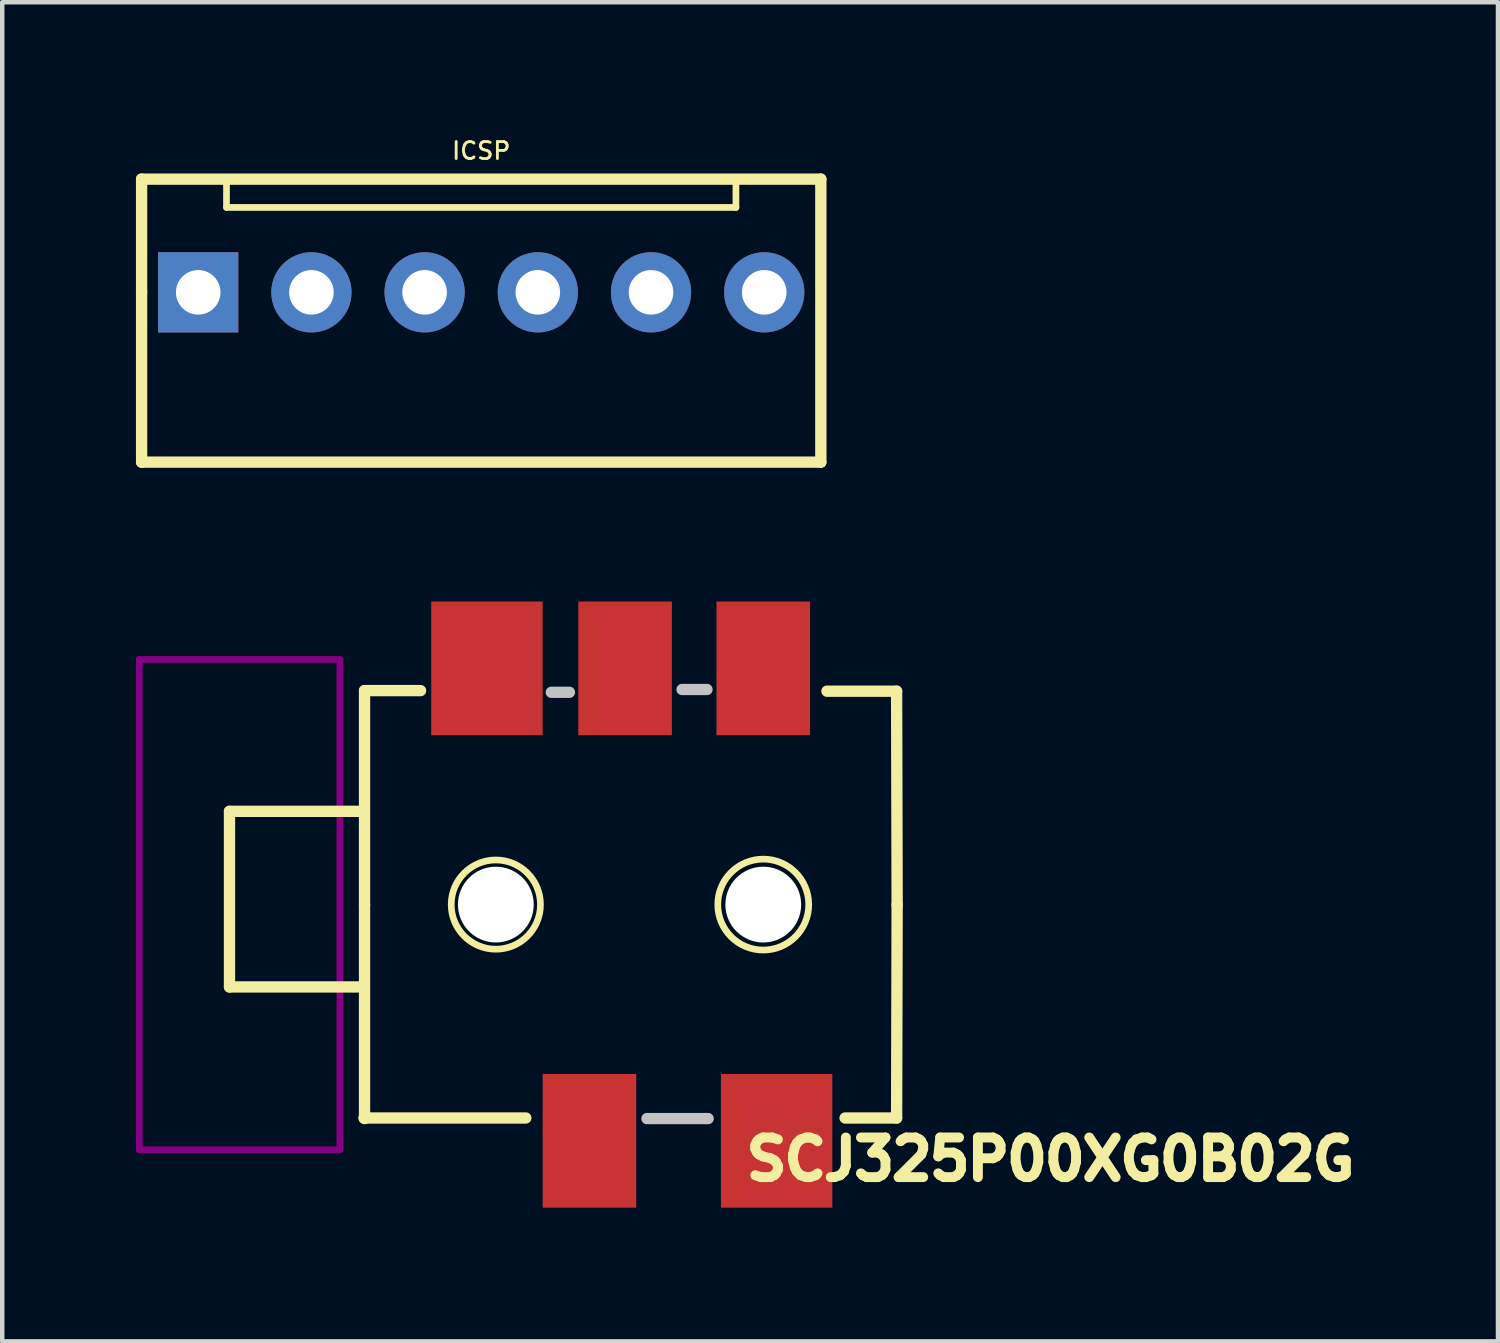
<source format=kicad_pcb>
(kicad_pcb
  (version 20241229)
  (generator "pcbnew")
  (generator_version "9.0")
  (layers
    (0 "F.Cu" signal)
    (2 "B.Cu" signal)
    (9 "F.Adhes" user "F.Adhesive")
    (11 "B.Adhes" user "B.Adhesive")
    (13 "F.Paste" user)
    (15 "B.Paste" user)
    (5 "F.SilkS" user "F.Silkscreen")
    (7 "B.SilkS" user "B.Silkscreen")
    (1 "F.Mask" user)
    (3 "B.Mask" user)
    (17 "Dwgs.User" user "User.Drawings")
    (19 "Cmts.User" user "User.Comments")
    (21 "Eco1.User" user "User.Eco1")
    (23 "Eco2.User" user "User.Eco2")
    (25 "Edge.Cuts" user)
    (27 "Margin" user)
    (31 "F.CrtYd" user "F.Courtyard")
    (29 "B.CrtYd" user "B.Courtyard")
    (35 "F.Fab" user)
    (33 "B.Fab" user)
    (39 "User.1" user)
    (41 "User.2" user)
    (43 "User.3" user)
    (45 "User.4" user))
  (footprint "ICSP"
    (layer "F.Cu")
    (at 7.747 3.509)
    (property "Reference" "ICSP" (at 0 -3.175 0) (layer "F.SilkS") (effects (font (size 0.381 0.381) (thickness 0.064))))
    (attr smd)
    (fp_line (start -7.62 -2.54) (end 7.62 -2.54) (stroke (width 0.254) (type solid)) (layer "F.SilkS"))
    (fp_line (start -7.62 0) (end -7.62 -2.54) (stroke (width 0.254) (type solid)) (layer "F.SilkS"))
    (fp_line (start -7.62 3.81) (end -7.62 0) (stroke (width 0.254) (type solid)) (layer "F.SilkS"))
    (fp_line (start -5.715 -2.54) (end -5.715 -1.905) (stroke (width 0.15) (type solid)) (layer "F.SilkS"))
    (fp_line (start -5.715 -1.905) (end 5.715 -1.905) (stroke (width 0.15) (type solid)) (layer "F.SilkS"))
    (fp_line (start 5.715 -1.905) (end 5.715 -2.54) (stroke (width 0.15) (type solid)) (layer "F.SilkS"))
    (fp_line (start 7.62 -2.54) (end 7.62 3.81) (stroke (width 0.254) (type solid)) (layer "F.SilkS"))
    (fp_line (start 7.62 3.81) (end -7.62 3.81) (stroke (width 0.254) (type solid)) (layer "F.SilkS"))
    (pad "1" thru_hole rect (at -6.35 0 90) (size 1.8 1.8) (drill 1) (layers "*.Cu" "*.Mask"))
    (pad "2" thru_hole circle (at -3.81 0 90) (size 1.8 1.8) (drill 1) (layers "*.Cu" "*.Mask"))
    (pad "3" thru_hole circle (at -1.27 0 90) (size 1.8 1.8) (drill 1) (layers "*.Cu" "*.Mask"))
    (pad "4" thru_hole circle (at 1.27 0 90) (size 1.8 1.8) (drill 1) (layers "*.Cu" "*.Mask"))
    (pad "5" thru_hole circle (at 3.81 0 90) (size 1.8 1.8) (drill 1) (layers "*.Cu" "*.Mask"))
    (pad "6" thru_hole circle (at 6.35 0) (size 1.8 1.8) (drill 1) (layers "*.Cu" "*.Mask")))
  (footprint "SCJ325P00XG0B02G"
    (layer "F.Cu")
    (at 8.075 17.246)
    (property "Reference" "SCJ325P00XG0B02G" (at 12.446 5.715 0) (layer "F.SilkS") (effects (font (size 0.889 0.889) (thickness 0.222))))
    (attr smd)
    (fp_line (start -5.976 -2.092) (end -5.976 1.848) (stroke (width 0.254) (type solid)) (layer "F.SilkS"))
    (fp_line (start -5.976 1.848) (end -2.966 1.848) (stroke (width 0.254) (type solid)) (layer "F.SilkS"))
    (fp_line (start -2.966 -2.092) (end -5.976 -2.092) (stroke (width 0.254) (type solid)) (layer "F.SilkS"))
    (fp_line (start -2.959 4.788) (end 0.673 4.788) (stroke (width 0.254) (type solid)) (layer "F.SilkS"))
    (fp_line (start -2.946 -4.801) (end -1.689 -4.801) (stroke (width 0.254) (type solid)) (layer "F.SilkS"))
    (fp_line (start -2.946 0) (end -2.946 -4.801) (stroke (width 0.254) (type solid)) (layer "F.SilkS"))
    (fp_line (start -2.946 0) (end -2.946 4.801) (stroke (width 0.254) (type solid)) (layer "F.SilkS"))
    (fp_line (start 8.992 -4.788) (end 7.429 -4.788) (stroke (width 0.254) (type solid)) (layer "F.SilkS"))
    (fp_line (start 8.992 4.788) (end 7.836 4.788) (stroke (width 0.254) (type solid)) (layer "F.SilkS"))
    (fp_line (start 9.004 0) (end 8.992 4.788) (stroke (width 0.254) (type solid)) (layer "F.SilkS"))
    (fp_line (start 9.004 0.013) (end 8.992 -4.788) (stroke (width 0.254) (type solid)) (layer "F.SilkS"))
    (fp_circle (center 0 0) (end 1 -0.05) (stroke (width 0.15) (type solid)) (fill no) (layer "F.SilkS"))
    (fp_circle (center 6 0) (end 7.019 0.05) (stroke (width 0.15) (type solid)) (fill no) (layer "F.SilkS"))
    (fp_line (start -8 -5.5) (end -8 5.5) (stroke (width 0.15) (type solid)) (layer "F.Adhes"))
    (fp_line (start -8 5.5) (end -3.5 5.5) (stroke (width 0.15) (type solid)) (layer "F.Adhes"))
    (fp_line (start -3.5 -5.5) (end -8 -5.5) (stroke (width 0.15) (type solid)) (layer "F.Adhes"))
    (fp_line (start -3.5 5.5) (end -3.5 -5.5) (stroke (width 0.15) (type solid)) (layer "F.Adhes"))
    (fp_line (start 1.245 -4.763) (end 1.651 -4.763) (stroke (width 0.254) (type solid)) (layer "Dwgs.User"))
    (fp_line (start 3.391 4.801) (end 4.763 4.801) (stroke (width 0.254) (type solid)) (layer "Dwgs.User"))
    (fp_line (start 4.178 -4.826) (end 4.737 -4.826) (stroke (width 0.254) (type solid)) (layer "Dwgs.User"))
    (pad "" np_thru_hole circle (at 0 0) (size 1.7 1.7) (drill 1.7) (layers "*.Cu" "*.Mask"))
    (pad "" np_thru_hole circle (at 6 0) (size 1.7 1.7) (drill 1.7) (layers "*.Cu" "*.Mask"))
    (pad "1" smd rect (at 6.3 5.3) (size 2.5 3) (layers "F.Cu" "F.Mask" "F.Paste"))
    (pad "2" smd rect (at -0.2 -5.3) (size 2.5 3) (layers "F.Cu" "F.Mask" "F.Paste"))
    (pad "3" smd rect (at 6 -5.3) (size 2.1 3) (layers "F.Cu" "F.Mask" "F.Paste"))
    (pad "4" smd rect (at 2.9 -5.3) (size 2.1 3) (layers "F.Cu" "F.Mask" "F.Paste"))
    (pad "5" smd rect (at 2.1 5.3) (size 2.1 3) (layers "F.Cu" "F.Mask" "F.Paste")))
  (gr_rect
    (start -3 -3)
    (end 30.56 27.046)
    (stroke (width 0.1) (type default))
    (fill no)
    (layer "Edge.Cuts")))
</source>
